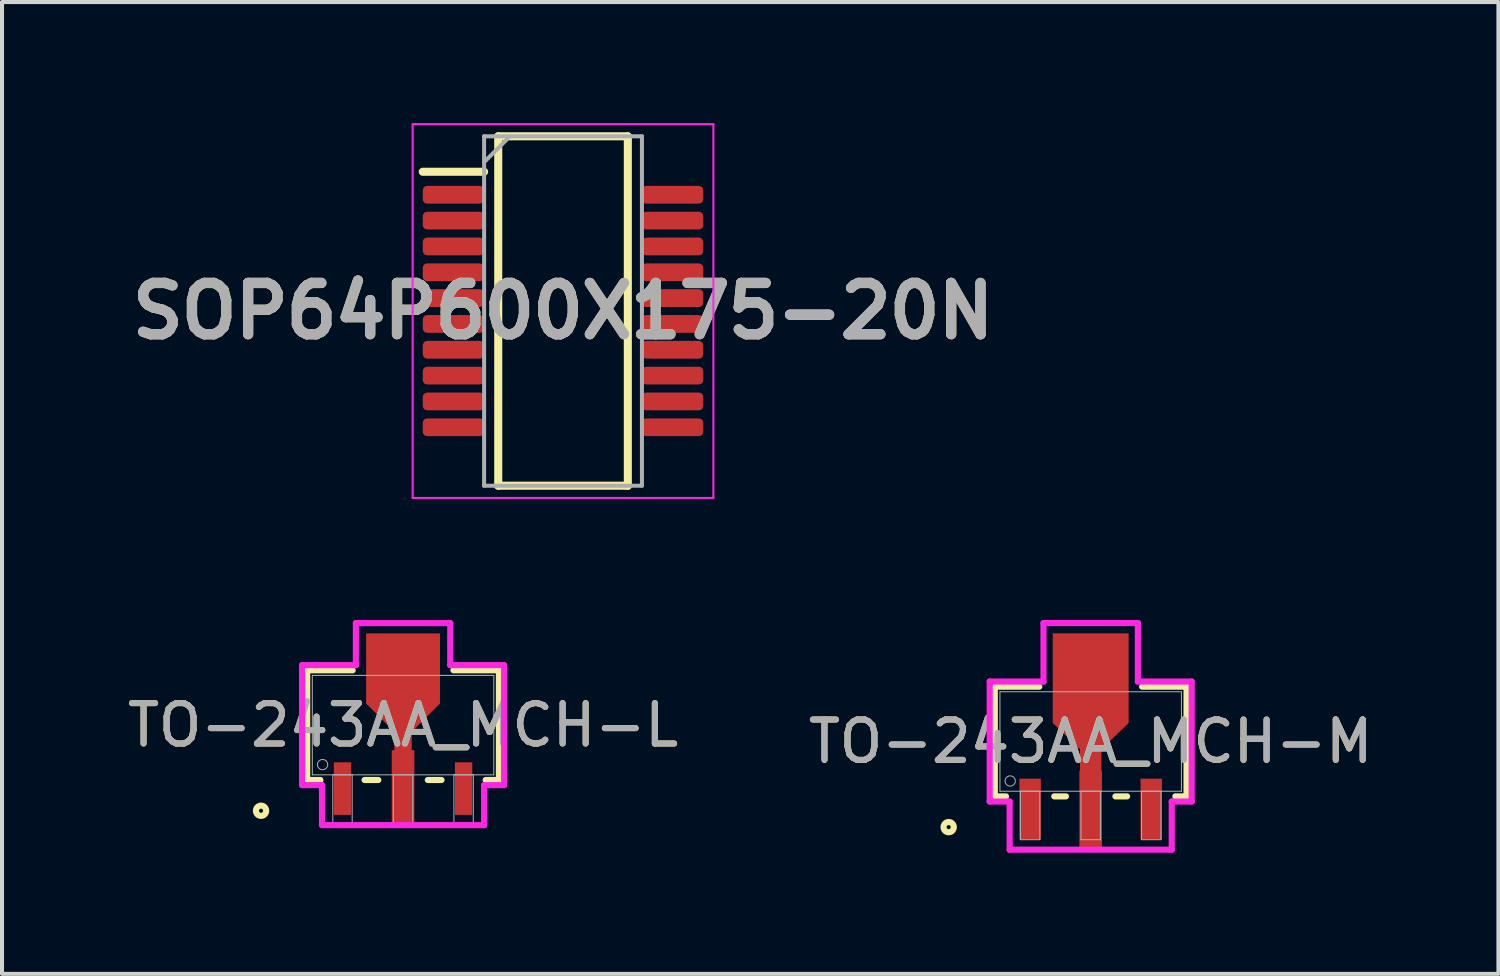
<source format=kicad_pcb>
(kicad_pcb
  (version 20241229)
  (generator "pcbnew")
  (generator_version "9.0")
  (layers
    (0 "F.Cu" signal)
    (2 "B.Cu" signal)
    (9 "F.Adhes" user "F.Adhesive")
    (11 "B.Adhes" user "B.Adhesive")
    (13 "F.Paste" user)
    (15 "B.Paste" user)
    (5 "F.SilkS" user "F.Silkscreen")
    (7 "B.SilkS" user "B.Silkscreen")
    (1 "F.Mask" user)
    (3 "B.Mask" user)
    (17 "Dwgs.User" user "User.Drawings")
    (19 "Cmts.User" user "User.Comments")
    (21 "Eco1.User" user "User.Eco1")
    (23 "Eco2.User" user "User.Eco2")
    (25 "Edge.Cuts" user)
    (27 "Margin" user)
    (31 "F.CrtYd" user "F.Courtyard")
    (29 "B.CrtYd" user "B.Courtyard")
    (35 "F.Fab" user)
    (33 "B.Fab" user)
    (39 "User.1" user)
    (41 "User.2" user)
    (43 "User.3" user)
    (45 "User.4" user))
  (footprint "SOP64P600X175-20N"
    (layer "F.Cu")
    (at 10.898 4.655)
    (property "Reference" "SOP64P600X175-20N" (at 0 0 0) (layer "F.SilkS") (effects (font (size 1.27 1.27) (thickness 0.254))))
    (attr smd)
    (fp_line (start -3.475 -3.45) (end -1.955 -3.45) (stroke (width 0.2) (type solid)) (layer "F.SilkS"))
    (fp_line (start -1.605 -4.328) (end 1.605 -4.328) (stroke (width 0.2) (type solid)) (layer "F.SilkS"))
    (fp_line (start -1.605 4.328) (end -1.605 -4.328) (stroke (width 0.2) (type solid)) (layer "F.SilkS"))
    (fp_line (start 1.605 -4.328) (end 1.605 4.328) (stroke (width 0.2) (type solid)) (layer "F.SilkS"))
    (fp_line (start 1.605 4.328) (end -1.605 4.328) (stroke (width 0.2) (type solid)) (layer "F.SilkS"))
    (fp_line (start -3.725 -4.63) (end 3.725 -4.63) (stroke (width 0.05) (type solid)) (layer "F.CrtYd"))
    (fp_line (start -3.725 4.63) (end -3.725 -4.63) (stroke (width 0.05) (type solid)) (layer "F.CrtYd"))
    (fp_line (start 3.725 -4.63) (end 3.725 4.63) (stroke (width 0.05) (type solid)) (layer "F.CrtYd"))
    (fp_line (start 3.725 4.63) (end -3.725 4.63) (stroke (width 0.05) (type solid)) (layer "F.CrtYd"))
    (fp_line (start -1.955 -4.328) (end 1.955 -4.328) (stroke (width 0.1) (type solid)) (layer "F.Fab"))
    (fp_line (start -1.955 -3.688) (end -1.315 -4.328) (stroke (width 0.1) (type solid)) (layer "F.Fab"))
    (fp_line (start -1.955 4.328) (end -1.955 -4.328) (stroke (width 0.1) (type solid)) (layer "F.Fab"))
    (fp_line (start 1.955 -4.328) (end 1.955 4.328) (stroke (width 0.1) (type solid)) (layer "F.Fab"))
    (fp_line (start 1.955 4.328) (end -1.955 4.328) (stroke (width 0.1) (type solid)) (layer "F.Fab"))
    (fp_text user "${REFERENCE}" (at 0 0 0) (layer "F.Fab") (effects (font (size 1.27 1.27) (thickness 0.254))))
    (pad "1" smd roundrect (at -2.715 -2.88 90) (size 0.44 1.52) (layers "F.Cu" "F.Mask" "F.Paste") (roundrect_rratio 0.25))
    (pad "2" smd roundrect (at -2.715 -2.24 90) (size 0.44 1.52) (layers "F.Cu" "F.Mask" "F.Paste") (roundrect_rratio 0.25))
    (pad "3" smd roundrect (at -2.715 -1.6 90) (size 0.44 1.52) (layers "F.Cu" "F.Mask" "F.Paste") (roundrect_rratio 0.25))
    (pad "4" smd roundrect (at -2.715 -0.96 90) (size 0.44 1.52) (layers "F.Cu" "F.Mask" "F.Paste") (roundrect_rratio 0.25))
    (pad "5" smd roundrect (at -2.715 -0.32 90) (size 0.44 1.52) (layers "F.Cu" "F.Mask" "F.Paste") (roundrect_rratio 0.25))
    (pad "6" smd roundrect (at -2.715 0.32 90) (size 0.44 1.52) (layers "F.Cu" "F.Mask" "F.Paste") (roundrect_rratio 0.25))
    (pad "7" smd roundrect (at -2.715 0.96 90) (size 0.44 1.52) (layers "F.Cu" "F.Mask" "F.Paste") (roundrect_rratio 0.25))
    (pad "8" smd roundrect (at -2.715 1.6 90) (size 0.44 1.52) (layers "F.Cu" "F.Mask" "F.Paste") (roundrect_rratio 0.25))
    (pad "9" smd roundrect (at -2.715 2.24 90) (size 0.44 1.52) (layers "F.Cu" "F.Mask" "F.Paste") (roundrect_rratio 0.25))
    (pad "10" smd roundrect (at -2.715 2.88 90) (size 0.44 1.52) (layers "F.Cu" "F.Mask" "F.Paste") (roundrect_rratio 0.25))
    (pad "11" smd roundrect (at 2.715 2.88 90) (size 0.44 1.52) (layers "F.Cu" "F.Mask" "F.Paste") (roundrect_rratio 0.25))
    (pad "12" smd roundrect (at 2.715 2.24 90) (size 0.44 1.52) (layers "F.Cu" "F.Mask" "F.Paste") (roundrect_rratio 0.25))
    (pad "13" smd roundrect (at 2.715 1.6 90) (size 0.44 1.52) (layers "F.Cu" "F.Mask" "F.Paste") (roundrect_rratio 0.25))
    (pad "14" smd roundrect (at 2.715 0.96 90) (size 0.44 1.52) (layers "F.Cu" "F.Mask" "F.Paste") (roundrect_rratio 0.25))
    (pad "15" smd roundrect (at 2.715 0.32 90) (size 0.44 1.52) (layers "F.Cu" "F.Mask" "F.Paste") (roundrect_rratio 0.25))
    (pad "16" smd roundrect (at 2.715 -0.32 90) (size 0.44 1.52) (layers "F.Cu" "F.Mask" "F.Paste") (roundrect_rratio 0.25))
    (pad "17" smd roundrect (at 2.715 -0.96 90) (size 0.44 1.52) (layers "F.Cu" "F.Mask" "F.Paste") (roundrect_rratio 0.25))
    (pad "18" smd roundrect (at 2.715 -1.6 90) (size 0.44 1.52) (layers "F.Cu" "F.Mask" "F.Paste") (roundrect_rratio 0.25))
    (pad "19" smd roundrect (at 2.715 -2.24 90) (size 0.44 1.52) (layers "F.Cu" "F.Mask" "F.Paste") (roundrect_rratio 0.25))
    (pad "20" smd roundrect (at 2.715 -2.88 90) (size 0.44 1.52) (layers "F.Cu" "F.Mask" "F.Paste") (roundrect_rratio 0.25)))
  (footprint "TO-243AA_MCH-M"
    (layer "F.Cu")
    (at 23.97 15.32)
    (property "Reference" "TO-243AA_MCH-M" (at 0 0 0) (unlocked yes) (layer "F.SilkS") (effects (font (size 1 1) (thickness 0.15))))
    (attr smd)
    (fp_poly (pts (xy -0.265 1.232) (xy -0.265 0.191) (xy -0.94 -0.459) (xy -0.94 -2.68) (xy -0.483 -2.68) (xy 0.483 -2.68) (xy 0.94 -2.68) (xy 0.94 -0.459) (xy 0.265 0.191) (xy 0.265 1.232)) (stroke (width 0) (type solid)) (fill yes) (layer "F.Cu"))
    (fp_poly (pts (xy -0.265 1.232) (xy -0.265 0.191) (xy -0.94 -0.459) (xy -0.94 -2.68) (xy 0.94 -2.68) (xy 0.94 -0.459) (xy 0.265 0.191) (xy 0.265 1.232)) (stroke (width 0) (type solid)) (fill yes) (layer "F.Mask"))
    (fp_line (start -2.375 -1.359) (end -2.375 1.359) (stroke (width 0.152) (type solid)) (layer "F.SilkS"))
    (fp_line (start -2.375 1.359) (end -2.098 1.359) (stroke (width 0.152) (type solid)) (layer "F.SilkS"))
    (fp_line (start -1.273 -1.359) (end -2.375 -1.359) (stroke (width 0.152) (type solid)) (layer "F.SilkS"))
    (fp_line (start -0.902 1.359) (end -0.613 1.359) (stroke (width 0.152) (type solid)) (layer "F.SilkS"))
    (fp_line (start 0.613 1.359) (end 0.902 1.359) (stroke (width 0.152) (type solid)) (layer "F.SilkS"))
    (fp_line (start 2.098 1.359) (end 2.375 1.359) (stroke (width 0.152) (type solid)) (layer "F.SilkS"))
    (fp_line (start 2.375 -1.359) (end 1.273 -1.359) (stroke (width 0.152) (type solid)) (layer "F.SilkS"))
    (fp_line (start 2.375 1.359) (end 2.375 -1.359) (stroke (width 0.152) (type solid)) (layer "F.SilkS"))
    (fp_circle (center -3.518 2.121) (end -3.391 2.121) (stroke (width 0.152) (type solid)) (fill no) (layer "F.SilkS"))
    (fp_poly (pts (xy -0.265 1.232) (xy -0.265 0.191) (xy -0.94 -0.459) (xy -0.94 -2.68) (xy 0.94 -2.68) (xy 0.94 -0.459) (xy 0.265 0.191) (xy 0.265 1.232)) (stroke (width 0) (type solid)) (fill yes) (layer "F.Paste"))
    (fp_line (start -2.502 -1.486) (end -1.169 -1.486) (stroke (width 0.152) (type solid)) (layer "F.CrtYd"))
    (fp_line (start -2.502 1.486) (end -2.502 -1.486) (stroke (width 0.152) (type solid)) (layer "F.CrtYd"))
    (fp_line (start -2.008 1.486) (end -2.502 1.486) (stroke (width 0.152) (type solid)) (layer "F.CrtYd"))
    (fp_line (start -2.008 2.68) (end -2.008 1.486) (stroke (width 0.152) (type solid)) (layer "F.CrtYd"))
    (fp_line (start -1.169 -2.934) (end 1.169 -2.934) (stroke (width 0.152) (type solid)) (layer "F.CrtYd"))
    (fp_line (start -1.169 -1.486) (end -1.169 -2.934) (stroke (width 0.152) (type solid)) (layer "F.CrtYd"))
    (fp_line (start 1.169 -2.934) (end 1.169 -1.486) (stroke (width 0.152) (type solid)) (layer "F.CrtYd"))
    (fp_line (start 1.169 -1.486) (end 2.502 -1.486) (stroke (width 0.152) (type solid)) (layer "F.CrtYd"))
    (fp_line (start 2.008 1.486) (end 2.008 2.68) (stroke (width 0.152) (type solid)) (layer "F.CrtYd"))
    (fp_line (start 2.008 2.68) (end -2.008 2.68) (stroke (width 0.152) (type solid)) (layer "F.CrtYd"))
    (fp_line (start 2.502 -1.486) (end 2.502 1.486) (stroke (width 0.152) (type solid)) (layer "F.CrtYd"))
    (fp_line (start 2.502 1.486) (end 2.008 1.486) (stroke (width 0.152) (type solid)) (layer "F.CrtYd"))
    (fp_line (start -2.248 -1.232) (end -2.248 1.232) (stroke (width 0.025) (type solid)) (layer "F.Fab"))
    (fp_line (start -2.248 1.232) (end 2.248 1.232) (stroke (width 0.025) (type solid)) (layer "F.Fab"))
    (fp_line (start -1.74 1.232) (end -1.74 2.432) (stroke (width 0.025) (type solid)) (layer "F.Fab"))
    (fp_line (start -1.74 2.432) (end -1.26 2.432) (stroke (width 0.025) (type solid)) (layer "F.Fab"))
    (fp_line (start -1.26 1.232) (end -1.74 1.232) (stroke (width 0.025) (type solid)) (layer "F.Fab"))
    (fp_line (start -1.26 2.432) (end -1.26 1.232) (stroke (width 0.025) (type solid)) (layer "F.Fab"))
    (fp_line (start -0.24 1.232) (end -0.24 2.432) (stroke (width 0.025) (type solid)) (layer "F.Fab"))
    (fp_line (start -0.24 2.432) (end 0.24 2.432) (stroke (width 0.025) (type solid)) (layer "F.Fab"))
    (fp_line (start 0.24 1.232) (end -0.24 1.232) (stroke (width 0.025) (type solid)) (layer "F.Fab"))
    (fp_line (start 0.24 2.432) (end 0.24 1.232) (stroke (width 0.025) (type solid)) (layer "F.Fab"))
    (fp_line (start 1.26 1.232) (end 1.26 2.432) (stroke (width 0.025) (type solid)) (layer "F.Fab"))
    (fp_line (start 1.26 2.432) (end 1.74 2.432) (stroke (width 0.025) (type solid)) (layer "F.Fab"))
    (fp_line (start 1.74 1.232) (end 1.26 1.232) (stroke (width 0.025) (type solid)) (layer "F.Fab"))
    (fp_line (start 1.74 2.432) (end 1.74 1.232) (stroke (width 0.025) (type solid)) (layer "F.Fab"))
    (fp_line (start 2.248 -1.232) (end -2.248 -1.232) (stroke (width 0.025) (type solid)) (layer "F.Fab"))
    (fp_line (start 2.248 1.232) (end 2.248 -1.232) (stroke (width 0.025) (type solid)) (layer "F.Fab"))
    (fp_circle (center -1.994 0.978) (end -1.867 0.978) (stroke (width 0.025) (type solid)) (fill no) (layer "F.Fab"))
    (fp_text user "${REFERENCE}" (at 0 0 0) (unlocked yes) (layer "F.Fab") (effects (font (size 1 1) (thickness 0.15))))
    (pad "1" smd rect (at -1.5 1.673) (size 0.531 1.505) (layers "F.Cu" "F.Mask" "F.Paste"))
    (pad "2" smd rect (at 0 1.673) (size 0.56 1.9) (layers "F.Cu" "F.Mask" "F.Paste"))
    (pad "3" smd rect (at 1.5 1.673) (size 0.531 1.505) (layers "F.Cu" "F.Mask" "F.Paste")))
  (footprint "TO-243AA_MCH-L"
    (layer "F.Cu")
    (at 6.935 14.914)
    (property "Reference" "TO-243AA_MCH-L" (at 0 0 0) (unlocked yes) (layer "F.SilkS") (effects (font (size 1 1) (thickness 0.15))))
    (attr smd)
    (fp_poly (pts (xy -0.215 1.232) (xy -0.215 0.165) (xy -0.915 -0.535) (xy -0.915 -2.273) (xy -0.458 -2.273) (xy 0.458 -2.273) (xy 0.915 -2.273) (xy 0.915 -0.535) (xy 0.215 0.165) (xy 0.215 1.232)) (stroke (width 0) (type solid)) (fill yes) (layer "F.Cu"))
    (fp_poly (pts (xy -0.215 1.232) (xy -0.215 0.165) (xy -0.915 -0.535) (xy -0.915 -2.273) (xy 0.915 -2.273) (xy 0.915 -0.535) (xy 0.215 0.165) (xy 0.215 1.232)) (stroke (width 0) (type solid)) (fill yes) (layer "F.Mask"))
    (fp_line (start -2.375 -1.359) (end -2.375 1.359) (stroke (width 0.152) (type solid)) (layer "F.SilkS"))
    (fp_line (start -2.375 1.359) (end -2.047 1.359) (stroke (width 0.152) (type solid)) (layer "F.SilkS"))
    (fp_line (start -1.248 -1.359) (end -2.375 -1.359) (stroke (width 0.152) (type solid)) (layer "F.SilkS"))
    (fp_line (start -0.953 1.359) (end -0.613 1.359) (stroke (width 0.152) (type solid)) (layer "F.SilkS"))
    (fp_line (start 0.613 1.359) (end 0.953 1.359) (stroke (width 0.152) (type solid)) (layer "F.SilkS"))
    (fp_line (start 2.047 1.359) (end 2.375 1.359) (stroke (width 0.152) (type solid)) (layer "F.SilkS"))
    (fp_line (start 2.375 -1.359) (end 1.248 -1.359) (stroke (width 0.152) (type solid)) (layer "F.SilkS"))
    (fp_line (start 2.375 1.359) (end 2.375 -1.359) (stroke (width 0.152) (type solid)) (layer "F.SilkS"))
    (fp_circle (center -3.518 2.121) (end -3.391 2.121) (stroke (width 0.152) (type solid)) (fill no) (layer "F.SilkS"))
    (fp_poly (pts (xy -0.215 1.232) (xy -0.215 0.165) (xy -0.915 -0.535) (xy -0.915 -2.273) (xy 0.915 -2.273) (xy 0.915 -0.535) (xy 0.215 0.165) (xy 0.215 1.232)) (stroke (width 0) (type solid)) (fill yes) (layer "F.Paste"))
    (fp_line (start -2.502 -1.486) (end -1.169 -1.486) (stroke (width 0.152) (type solid)) (layer "F.CrtYd"))
    (fp_line (start -2.502 1.486) (end -2.502 -1.486) (stroke (width 0.152) (type solid)) (layer "F.CrtYd"))
    (fp_line (start -2.008 1.486) (end -2.502 1.486) (stroke (width 0.152) (type solid)) (layer "F.CrtYd"))
    (fp_line (start -2.008 2.477) (end -2.008 1.486) (stroke (width 0.152) (type solid)) (layer "F.CrtYd"))
    (fp_line (start -1.169 -2.527) (end 1.169 -2.527) (stroke (width 0.152) (type solid)) (layer "F.CrtYd"))
    (fp_line (start -1.169 -1.486) (end -1.169 -2.527) (stroke (width 0.152) (type solid)) (layer "F.CrtYd"))
    (fp_line (start 1.169 -2.527) (end 1.169 -1.486) (stroke (width 0.152) (type solid)) (layer "F.CrtYd"))
    (fp_line (start 1.169 -1.486) (end 2.502 -1.486) (stroke (width 0.152) (type solid)) (layer "F.CrtYd"))
    (fp_line (start 2.008 1.486) (end 2.008 2.477) (stroke (width 0.152) (type solid)) (layer "F.CrtYd"))
    (fp_line (start 2.008 2.477) (end -2.008 2.477) (stroke (width 0.152) (type solid)) (layer "F.CrtYd"))
    (fp_line (start 2.502 -1.486) (end 2.502 1.486) (stroke (width 0.152) (type solid)) (layer "F.CrtYd"))
    (fp_line (start 2.502 1.486) (end 2.008 1.486) (stroke (width 0.152) (type solid)) (layer "F.CrtYd"))
    (fp_line (start -2.248 -1.232) (end -2.248 1.232) (stroke (width 0.025) (type solid)) (layer "F.Fab"))
    (fp_line (start -2.248 1.232) (end 2.248 1.232) (stroke (width 0.025) (type solid)) (layer "F.Fab"))
    (fp_line (start -1.74 1.232) (end -1.74 2.432) (stroke (width 0.025) (type solid)) (layer "F.Fab"))
    (fp_line (start -1.74 2.432) (end -1.26 2.432) (stroke (width 0.025) (type solid)) (layer "F.Fab"))
    (fp_line (start -1.26 1.232) (end -1.74 1.232) (stroke (width 0.025) (type solid)) (layer "F.Fab"))
    (fp_line (start -1.26 2.432) (end -1.26 1.232) (stroke (width 0.025) (type solid)) (layer "F.Fab"))
    (fp_line (start -0.24 1.232) (end -0.24 2.432) (stroke (width 0.025) (type solid)) (layer "F.Fab"))
    (fp_line (start -0.24 2.432) (end 0.24 2.432) (stroke (width 0.025) (type solid)) (layer "F.Fab"))
    (fp_line (start 0.24 1.232) (end -0.24 1.232) (stroke (width 0.025) (type solid)) (layer "F.Fab"))
    (fp_line (start 0.24 2.432) (end 0.24 1.232) (stroke (width 0.025) (type solid)) (layer "F.Fab"))
    (fp_line (start 1.26 1.232) (end 1.26 2.432) (stroke (width 0.025) (type solid)) (layer "F.Fab"))
    (fp_line (start 1.26 2.432) (end 1.74 2.432) (stroke (width 0.025) (type solid)) (layer "F.Fab"))
    (fp_line (start 1.74 1.232) (end 1.26 1.232) (stroke (width 0.025) (type solid)) (layer "F.Fab"))
    (fp_line (start 1.74 2.432) (end 1.74 1.232) (stroke (width 0.025) (type solid)) (layer "F.Fab"))
    (fp_line (start 2.248 -1.232) (end -2.248 -1.232) (stroke (width 0.025) (type solid)) (layer "F.Fab"))
    (fp_line (start 2.248 1.232) (end 2.248 -1.232) (stroke (width 0.025) (type solid)) (layer "F.Fab"))
    (fp_circle (center -1.994 0.978) (end -1.867 0.978) (stroke (width 0.025) (type solid)) (fill no) (layer "F.Fab"))
    (fp_text user "${REFERENCE}" (at 0 0 0) (unlocked yes) (layer "F.Fab") (effects (font (size 1 1) (thickness 0.15))))
    (pad "1" smd rect (at -1.5 1.572) (size 0.429 1.302) (layers "F.Cu" "F.Mask" "F.Paste"))
    (pad "2" smd rect (at 0 1.572) (size 0.56 1.9) (layers "F.Cu" "F.Mask" "F.Paste"))
    (pad "3" smd rect (at 1.5 1.572) (size 0.429 1.302) (layers "F.Cu" "F.Mask" "F.Paste")))
  (gr_rect
    (start -3 -3)
    (end 34.071 21.076)
    (stroke (width 0.1) (type default))
    (fill no)
    (layer "Edge.Cuts")))
</source>
